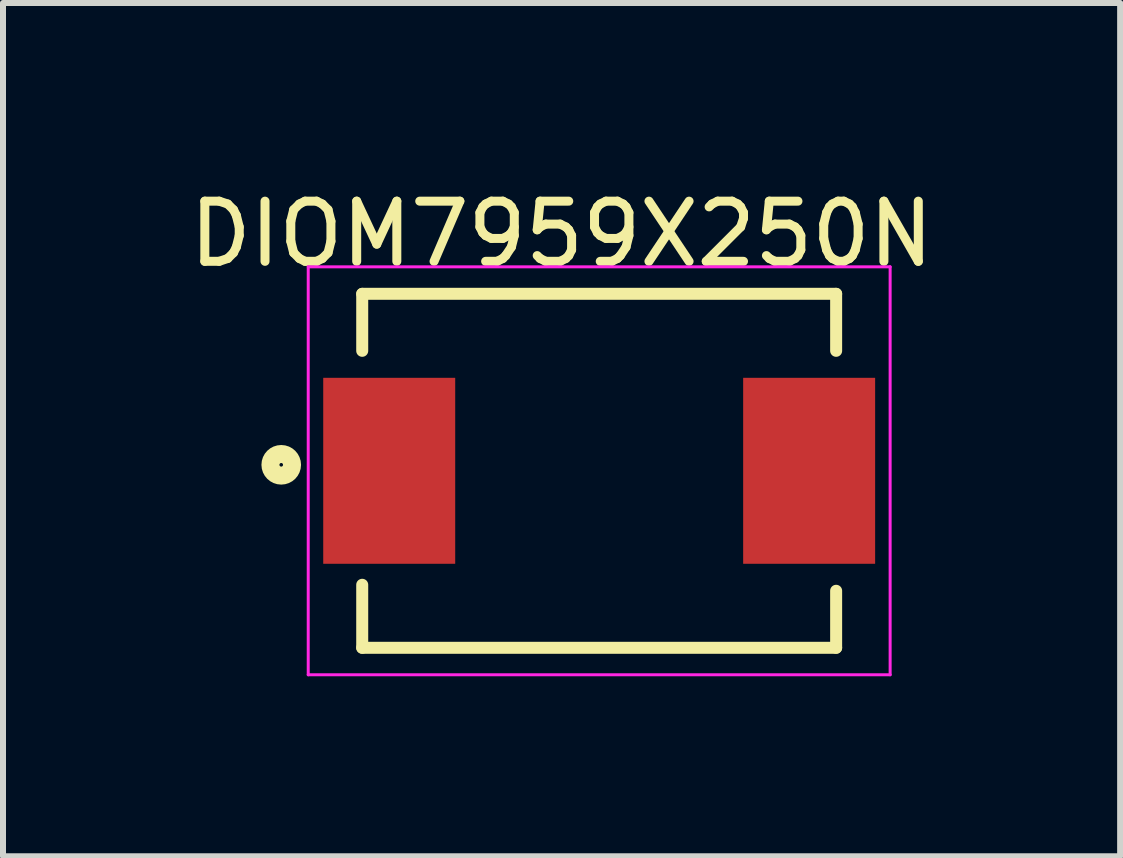
<source format=kicad_pcb>
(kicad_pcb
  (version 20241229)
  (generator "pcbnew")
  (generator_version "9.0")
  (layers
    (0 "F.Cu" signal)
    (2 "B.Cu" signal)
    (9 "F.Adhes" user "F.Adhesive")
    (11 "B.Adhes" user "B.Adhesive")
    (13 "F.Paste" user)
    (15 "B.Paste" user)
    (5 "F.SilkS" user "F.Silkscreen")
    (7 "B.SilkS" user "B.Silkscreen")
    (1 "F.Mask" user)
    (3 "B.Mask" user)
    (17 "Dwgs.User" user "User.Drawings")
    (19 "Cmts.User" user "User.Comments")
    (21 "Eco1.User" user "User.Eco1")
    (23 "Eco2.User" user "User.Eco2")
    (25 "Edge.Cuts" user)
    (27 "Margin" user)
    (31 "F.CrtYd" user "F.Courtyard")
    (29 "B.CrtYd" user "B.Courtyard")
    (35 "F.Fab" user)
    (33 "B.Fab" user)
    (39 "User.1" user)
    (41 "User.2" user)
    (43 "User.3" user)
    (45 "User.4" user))
  (footprint "DIOM7959X250N"
    (layer "F.Cu")
    (at 6.938 4.798)
    (property "Reference" "DIOM7959X250N" (at -0.627 -3.948 0) (layer "F.SilkS") (effects (font (size 1.003 1.003) (thickness 0.15))))
    (attr smd)
    (fp_line (start -3.95 -2.95) (end 3.95 -2.95) (stroke (width 0.2) (type solid)) (layer "F.SilkS"))
    (fp_line (start -3.95 -2) (end -3.95 -2.95) (stroke (width 0.2) (type solid)) (layer "F.SilkS"))
    (fp_line (start -3.95 1.9) (end -3.95 2.95) (stroke (width 0.2) (type solid)) (layer "F.SilkS"))
    (fp_line (start -3.95 2.95) (end 3.95 2.95) (stroke (width 0.2) (type solid)) (layer "F.SilkS"))
    (fp_line (start 3.95 -2.95) (end 3.95 -2) (stroke (width 0.2) (type solid)) (layer "F.SilkS"))
    (fp_line (start 3.95 2.95) (end 3.95 2) (stroke (width 0.2) (type solid)) (layer "F.SilkS"))
    (fp_circle (center -5.3 -0.1) (end -5.12 -0.1) (stroke (width 0.3) (type solid)) (fill no) (layer "F.SilkS"))
    (fp_line (start -4.85 -3.4) (end 4.85 -3.4) (stroke (width 0.05) (type solid)) (layer "F.CrtYd"))
    (fp_line (start -4.85 3.4) (end -4.85 -3.4) (stroke (width 0.05) (type solid)) (layer "F.CrtYd"))
    (fp_line (start 4.85 -3.4) (end 4.85 3.4) (stroke (width 0.05) (type solid)) (layer "F.CrtYd"))
    (fp_line (start 4.85 3.4) (end -4.85 3.4) (stroke (width 0.05) (type solid)) (layer "F.CrtYd"))
    (pad "A" smd rect (at 3.5 0) (size 2.2 3.1) (layers "F.Cu" "F.Mask" "F.Paste"))
    (pad "C" smd rect (at -3.5 0) (size 2.2 3.1) (layers "F.Cu" "F.Mask" "F.Paste")))
  (gr_rect
    (start -3 -3)
    (end 15.622 11.223)
    (stroke (width 0.1) (type default))
    (fill no)
    (layer "Edge.Cuts")))
</source>
